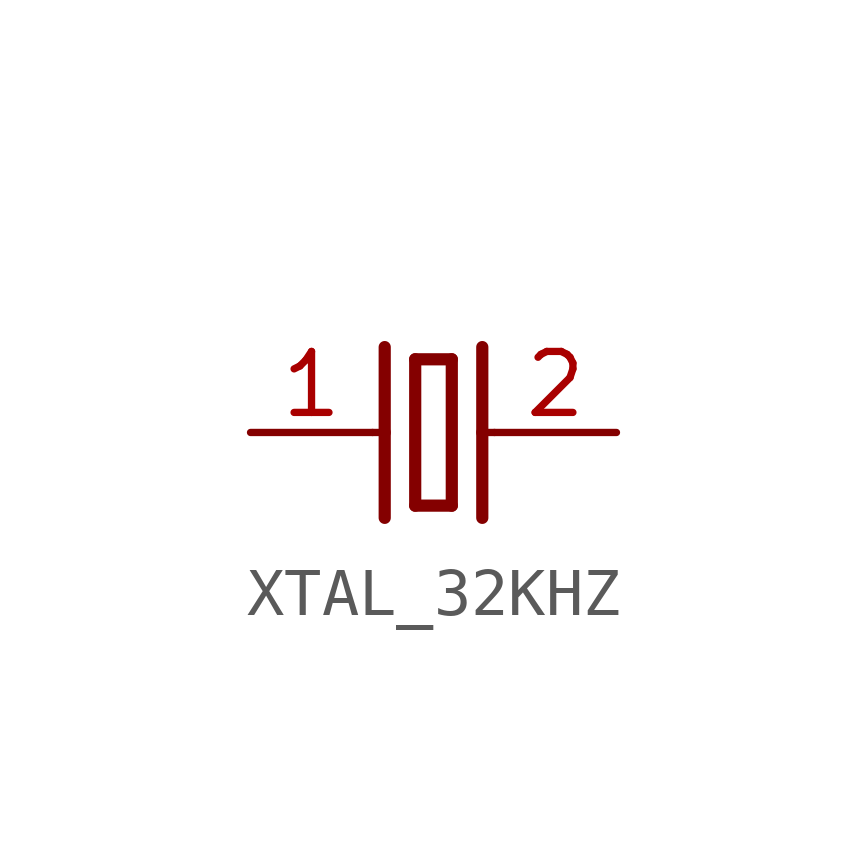
<source format=kicad_sym>
(kicad_symbol_lib
  (version 20220914)
  (generator kicad_symbol_editor)
  (symbol "XTAL_32KHZ"
    (property "Reference" ""
      (at 0 6.096 0)
      (effects (font (size 1.778 1.511)) (justify left bottom) hide))
    (property "Value" ""
      (at 0 3.81 0)
      (effects (font (size 1.778 1.511)) (justify left bottom)))
    (property "ki_locked" ""
      (at 0 0 0)
      (effects (font (size 1.27 1.27))))
    (symbol "XTAL_32KHZ_1_0"
      (polyline (pts (xy 0 0) (xy 0.254 0)) (stroke (width 0.152) (type solid)) (fill (type none)))
      (polyline (pts (xy 0.254 0) (xy 0.254 -1.778)) (stroke (width 0.254) (type solid)) (fill (type none)))
      (polyline (pts (xy 0.254 1.778) (xy 0.254 0)) (stroke (width 0.254) (type solid)) (fill (type none)))
      (polyline (pts (xy 0.889 -1.524) (xy 1.651 -1.524)) (stroke (width 0.254) (type solid)) (fill (type none)))
      (polyline (pts (xy 0.889 1.524) (xy 0.889 -1.524)) (stroke (width 0.254) (type solid)) (fill (type none)))
      (polyline (pts (xy 1.651 -1.524) (xy 1.651 1.524)) (stroke (width 0.254) (type solid)) (fill (type none)))
      (polyline (pts (xy 1.651 1.524) (xy 0.889 1.524)) (stroke (width 0.254) (type solid)) (fill (type none)))
      (polyline (pts (xy 2.286 0) (xy 2.286 -1.778)) (stroke (width 0.254) (type solid)) (fill (type none)))
      (polyline (pts (xy 2.286 0) (xy 2.54 0)) (stroke (width 0.152) (type solid)) (fill (type none)))
      (polyline (pts (xy 2.286 1.778) (xy 2.286 0)) (stroke (width 0.254) (type solid)) (fill (type none)))
      (pin passive line (at -2.54 0 0) (length 2.54) (name "1" (effects (font (size 0 0)))) (number "1" (effects (font (size 1.27 1.27)))))
      (pin passive line (at 5.08 0 180) (length 2.54) (name "2" (effects (font (size 0 0)))) (number "2" (effects (font (size 1.27 1.27))))))))
</source>
